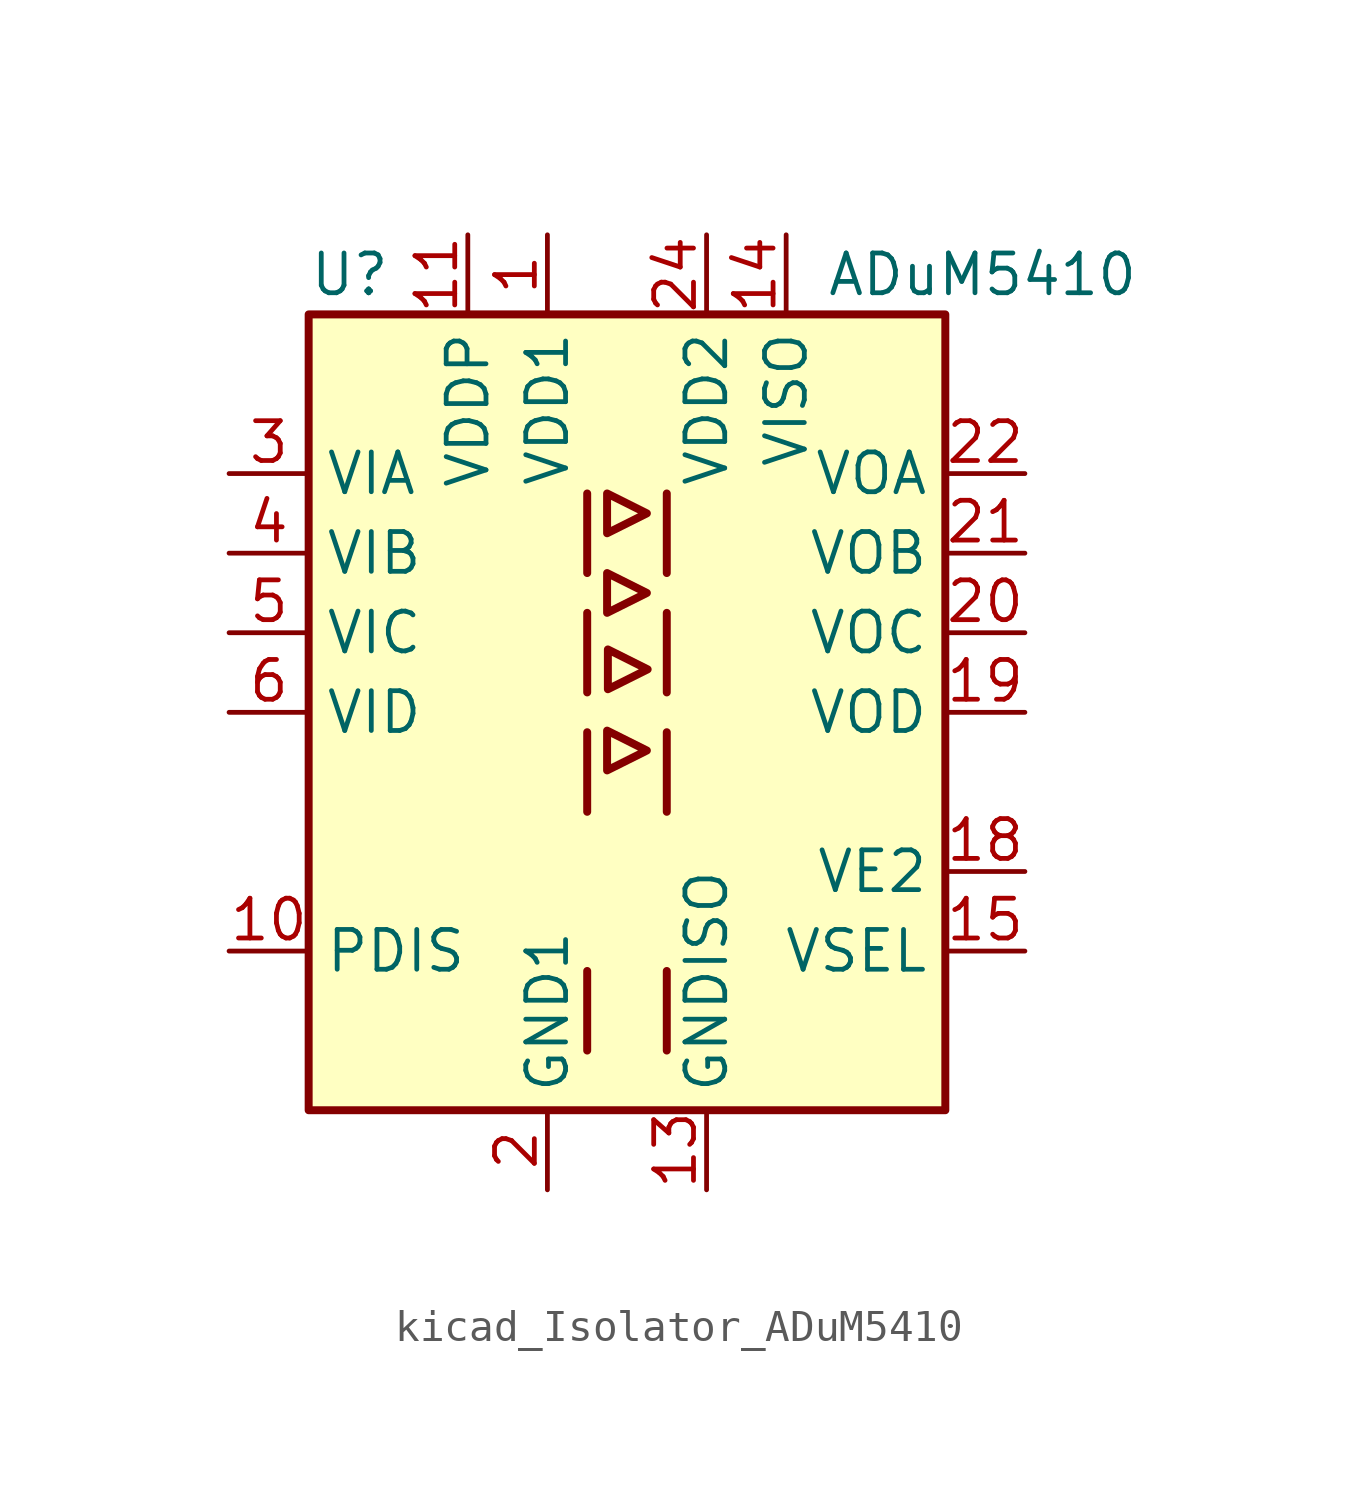
<source format=kicad_sym>
(kicad_symbol_lib
  (version 20220914)
  (generator kicad_symbol_editor)
  (symbol "kicad_Isolator_ADuM5410"
    (property "Reference" "U"
      (at -10.16 13.97 0)
      (effects (font (size 1.27 1.27)) (justify left)))
    (property "Value" "ADuM5410"
      (at 6.35 13.97 0)
      (effects (font (size 1.27 1.27)) (justify left)))
    (symbol "kicad_Isolator_ADuM5410_0_1"
      (rectangle (start -10.16 12.7) (end 10.16 -12.7) (stroke (width 0.254) (type default)) (fill (type background)))
      (polyline (pts (xy -1.27 -8.255) (xy -1.27 -10.795)) (stroke (width 0.254) (type default)) (fill (type none)))
      (polyline (pts (xy -1.27 -0.635) (xy -1.27 -3.175)) (stroke (width 0.254) (type default)) (fill (type none)))
      (polyline (pts (xy -1.27 3.175) (xy -1.27 0.635)) (stroke (width 0.254) (type default)) (fill (type none)))
      (polyline (pts (xy -1.27 6.985) (xy -1.27 4.445)) (stroke (width 0.254) (type default)) (fill (type none)))
      (polyline (pts (xy 1.27 -8.255) (xy 1.27 -10.795)) (stroke (width 0.254) (type default)) (fill (type none)))
      (polyline (pts (xy 1.27 -0.635) (xy 1.27 -3.175)) (stroke (width 0.254) (type default)) (fill (type none)))
      (polyline (pts (xy 1.27 3.175) (xy 1.27 0.635)) (stroke (width 0.254) (type default)) (fill (type none)))
      (polyline (pts (xy 1.27 6.985) (xy 1.27 4.445)) (stroke (width 0.254) (type default)) (fill (type none)))
      (polyline (pts (xy -0.635 -1.854) (xy -0.635 -0.584) (xy 0.635 -1.219) (xy -0.635 -1.854)) (stroke (width 0.254) (type default)) (fill (type none)))
      (polyline (pts (xy -0.635 4.445) (xy -0.635 3.175) (xy 0.635 3.81) (xy -0.635 4.445)) (stroke (width 0.254) (type default)) (fill (type none)))
      (polyline (pts (xy -0.635 5.715) (xy 0.635 6.35) (xy -0.635 6.985) (xy -0.635 5.715)) (stroke (width 0.254) (type default)) (fill (type none)))
      (polyline (pts (xy -0.61 2.007) (xy 0.66 1.372) (xy -0.61 0.737) (xy -0.61 2.007)) (stroke (width 0.254) (type default)) (fill (type none))))
    (symbol "kicad_Isolator_ADuM5410_1_1"
      (pin power_in line (at -2.54 15.24 270) (length 2.54) (name "VDD1" (effects (font (size 1.27 1.27)))) (number "1" (effects (font (size 1.27 1.27)))))
      (pin input line (at -12.7 -7.62 0) (length 2.54) (name "PDIS" (effects (font (size 1.27 1.27)))) (number "10" (effects (font (size 1.27 1.27)))))
      (pin power_in line (at -5.08 15.24 270) (length 2.54) (name "VDDP" (effects (font (size 1.27 1.27)))) (number "11" (effects (font (size 1.27 1.27)))))
      (pin passive line (at -2.54 -15.24 90) (length 2.54) hide (name "GND1" (effects (font (size 1.27 1.27)))) (number "12" (effects (font (size 1.27 1.27)))))
      (pin power_in line (at 2.54 -15.24 90) (length 2.54) (name "GNDISO" (effects (font (size 1.27 1.27)))) (number "13" (effects (font (size 1.27 1.27)))))
      (pin power_out line (at 5.08 15.24 270) (length 2.54) (name "VISO" (effects (font (size 1.27 1.27)))) (number "14" (effects (font (size 1.27 1.27)))))
      (pin input line (at 12.7 -7.62 180) (length 2.54) (name "VSEL" (effects (font (size 1.27 1.27)))) (number "15" (effects (font (size 1.27 1.27)))))
      (pin passive line (at 2.54 -15.24 90) (length 2.54) hide (name "GNDISO" (effects (font (size 1.27 1.27)))) (number "16" (effects (font (size 1.27 1.27)))))
      (pin no_connect line (at 10.16 -2.54 180) (length 2.54) hide (name "NC" (effects (font (size 1.27 1.27)))) (number "17" (effects (font (size 1.27 1.27)))))
      (pin input line (at 12.7 -5.08 180) (length 2.54) (name "VE2" (effects (font (size 1.27 1.27)))) (number "18" (effects (font (size 1.27 1.27)))))
      (pin output line (at 12.7 0 180) (length 2.54) (name "VOD" (effects (font (size 1.27 1.27)))) (number "19" (effects (font (size 1.27 1.27)))))
      (pin power_in line (at -2.54 -15.24 90) (length 2.54) (name "GND1" (effects (font (size 1.27 1.27)))) (number "2" (effects (font (size 1.27 1.27)))))
      (pin output line (at 12.7 2.54 180) (length 2.54) (name "VOC" (effects (font (size 1.27 1.27)))) (number "20" (effects (font (size 1.27 1.27)))))
      (pin output line (at 12.7 5.08 180) (length 2.54) (name "VOB" (effects (font (size 1.27 1.27)))) (number "21" (effects (font (size 1.27 1.27)))))
      (pin output line (at 12.7 7.62 180) (length 2.54) (name "VOA" (effects (font (size 1.27 1.27)))) (number "22" (effects (font (size 1.27 1.27)))))
      (pin passive line (at 2.54 -15.24 90) (length 2.54) hide (name "GNDISO" (effects (font (size 1.27 1.27)))) (number "23" (effects (font (size 1.27 1.27)))))
      (pin power_in line (at 2.54 15.24 270) (length 2.54) (name "VDD2" (effects (font (size 1.27 1.27)))) (number "24" (effects (font (size 1.27 1.27)))))
      (pin input line (at -12.7 7.62 0) (length 2.54) (name "VIA" (effects (font (size 1.27 1.27)))) (number "3" (effects (font (size 1.27 1.27)))))
      (pin input line (at -12.7 5.08 0) (length 2.54) (name "VIB" (effects (font (size 1.27 1.27)))) (number "4" (effects (font (size 1.27 1.27)))))
      (pin input line (at -12.7 2.54 0) (length 2.54) (name "VIC" (effects (font (size 1.27 1.27)))) (number "5" (effects (font (size 1.27 1.27)))))
      (pin input line (at -12.7 0 0) (length 2.54) (name "VID" (effects (font (size 1.27 1.27)))) (number "6" (effects (font (size 1.27 1.27)))))
      (pin no_connect line (at -10.16 -5.08 0) (length 2.54) hide (name "NC" (effects (font (size 1.27 1.27)))) (number "7" (effects (font (size 1.27 1.27)))))
      (pin no_connect line (at -10.16 -2.54 0) (length 2.54) hide (name "NC" (effects (font (size 1.27 1.27)))) (number "8" (effects (font (size 1.27 1.27)))))
      (pin passive line (at -2.54 -15.24 90) (length 2.54) hide (name "GND1" (effects (font (size 1.27 1.27)))) (number "9" (effects (font (size 1.27 1.27))))))))
</source>
